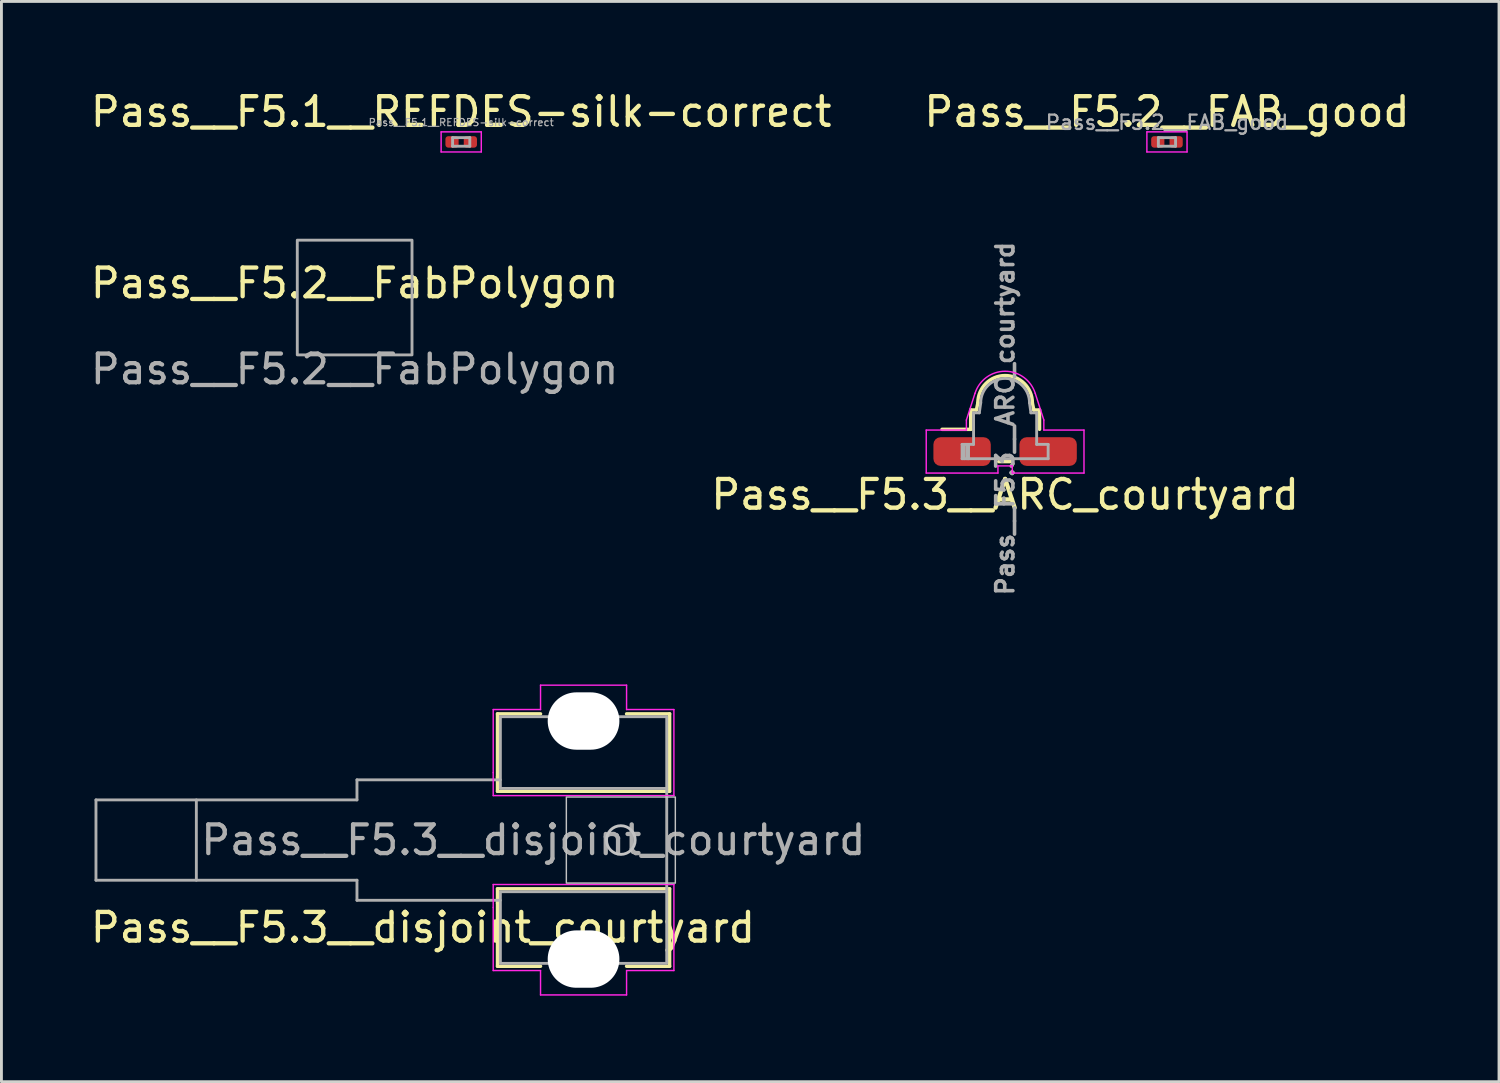
<source format=kicad_pcb>
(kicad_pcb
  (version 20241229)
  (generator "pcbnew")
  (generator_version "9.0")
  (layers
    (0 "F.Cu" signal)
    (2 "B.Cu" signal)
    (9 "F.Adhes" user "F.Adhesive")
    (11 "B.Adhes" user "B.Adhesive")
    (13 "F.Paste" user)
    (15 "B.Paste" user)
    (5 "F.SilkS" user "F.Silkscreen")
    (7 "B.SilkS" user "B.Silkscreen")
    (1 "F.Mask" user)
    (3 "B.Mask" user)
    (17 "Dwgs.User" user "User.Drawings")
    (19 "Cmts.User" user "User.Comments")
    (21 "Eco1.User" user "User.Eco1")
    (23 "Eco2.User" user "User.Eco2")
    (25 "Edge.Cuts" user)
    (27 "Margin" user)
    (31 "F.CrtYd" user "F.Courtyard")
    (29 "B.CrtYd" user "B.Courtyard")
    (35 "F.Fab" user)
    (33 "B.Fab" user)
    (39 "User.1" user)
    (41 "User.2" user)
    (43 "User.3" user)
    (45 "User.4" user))
  (footprint "Pass__F5.3__disjoint_courtyard"
    (layer "F.Cu")
    (at 17.296 26.239)
    (property "Reference" "Pass__F5.3__disjoint_courtyard" (at -5.6 3.05 0) (layer "F.SilkS") (effects (font (size 1 1) (thickness 0.15))))
    (fp_line (start -3 -4.4) (end -1.5 -4.4) (stroke (width 0.12) (type solid)) (layer "F.SilkS"))
    (fp_line (start -3 -2.2) (end -3 -4.4) (stroke (width 0.12) (type solid)) (layer "F.SilkS"))
    (fp_line (start -3 -1.7) (end -3 -2.2) (stroke (width 0.12) (type solid)) (layer "F.SilkS"))
    (fp_line (start -3 1.7) (end 3 1.7) (stroke (width 0.12) (type solid)) (layer "F.SilkS"))
    (fp_line (start -3 2.2) (end -3 1.7) (stroke (width 0.12) (type solid)) (layer "F.SilkS"))
    (fp_line (start -3 4.4) (end -3 2.2) (stroke (width 0.12) (type solid)) (layer "F.SilkS"))
    (fp_line (start -3 4.4) (end -1.5 4.4) (stroke (width 0.12) (type solid)) (layer "F.SilkS"))
    (fp_line (start 3 -4.4) (end 1.5 -4.4) (stroke (width 0.12) (type solid)) (layer "F.SilkS"))
    (fp_line (start 3 -4.4) (end 3 -1.7) (stroke (width 0.12) (type solid)) (layer "F.SilkS"))
    (fp_line (start 3 -1.7) (end -3 -1.7) (stroke (width 0.12) (type solid)) (layer "F.SilkS"))
    (fp_line (start 3 1.7) (end 3 4.4) (stroke (width 0.12) (type solid)) (layer "F.SilkS"))
    (fp_line (start 3 4.4) (end 1.5 4.4) (stroke (width 0.12) (type solid)) (layer "F.SilkS"))
    (fp_rect (start -0.6 -1.5) (end 3.2 1.5) (stroke (width 0.05) (type solid)) (fill no) (layer "Dwgs.User"))
    (fp_circle (center 1.3 0) (end 1.8 0) (stroke (width 0.1) (type solid)) (fill no) (layer "Dwgs.User"))
    (fp_line (start -3.15 -4.55) (end -3.15 -2.35) (stroke (width 0.05) (type solid)) (layer "F.CrtYd"))
    (fp_line (start -3.15 -1.55) (end -3.15 -2.35) (stroke (width 0.05) (type solid)) (layer "F.CrtYd"))
    (fp_line (start -3.15 1.55) (end -3.15 2.35) (stroke (width 0.05) (type solid)) (layer "F.CrtYd"))
    (fp_line (start -3.15 2.35) (end -3.15 4.55) (stroke (width 0.05) (type solid)) (layer "F.CrtYd"))
    (fp_line (start -3.15 4.55) (end -1.5 4.55) (stroke (width 0.05) (type solid)) (layer "F.CrtYd"))
    (fp_line (start -1.5 -5.4) (end -1.5 -4.55) (stroke (width 0.05) (type solid)) (layer "F.CrtYd"))
    (fp_line (start -1.5 -4.55) (end -3.15 -4.55) (stroke (width 0.05) (type solid)) (layer "F.CrtYd"))
    (fp_line (start -1.5 4.55) (end -1.5 5.4) (stroke (width 0.05) (type solid)) (layer "F.CrtYd"))
    (fp_line (start -1.5 5.4) (end 1.5 5.4) (stroke (width 0.05) (type solid)) (layer "F.CrtYd"))
    (fp_line (start 1.5 -5.4) (end -1.5 -5.4) (stroke (width 0.05) (type solid)) (layer "F.CrtYd"))
    (fp_line (start 1.5 -4.55) (end 1.5 -5.4) (stroke (width 0.05) (type solid)) (layer "F.CrtYd"))
    (fp_line (start 1.5 4.55) (end 3.15 4.55) (stroke (width 0.05) (type solid)) (layer "F.CrtYd"))
    (fp_line (start 1.5 5.4) (end 1.5 4.55) (stroke (width 0.05) (type solid)) (layer "F.CrtYd"))
    (fp_line (start 3.15 -4.55) (end 1.5 -4.55) (stroke (width 0.05) (type solid)) (layer "F.CrtYd"))
    (fp_line (start 3.15 -1.55) (end -3.15 -1.55) (stroke (width 0.05) (type solid)) (layer "F.CrtYd"))
    (fp_line (start 3.15 -1.55) (end 3.15 -4.55) (stroke (width 0.05) (type solid)) (layer "F.CrtYd"))
    (fp_line (start 3.15 1.55) (end -3.15 1.55) (stroke (width 0.05) (type solid)) (layer "F.CrtYd"))
    (fp_line (start 3.15 4.55) (end 3.15 1.55) (stroke (width 0.05) (type solid)) (layer "F.CrtYd"))
    (fp_line (start -17 -1.4) (end -17 1.4) (stroke (width 0.1) (type solid)) (layer "F.Fab"))
    (fp_line (start -17 -1.4) (end -7.9 -1.4) (stroke (width 0.1) (type solid)) (layer "F.Fab"))
    (fp_line (start -17 1.4) (end -7.9 1.4) (stroke (width 0.1) (type solid)) (layer "F.Fab"))
    (fp_line (start -13.5 1.4) (end -13.5 -1.4) (stroke (width 0.1) (type solid)) (layer "F.Fab"))
    (fp_line (start -7.9 -2.1) (end -2.9 -2.1) (stroke (width 0.1) (type solid)) (layer "F.Fab"))
    (fp_line (start -7.9 -1.4) (end -7.9 -2.1) (stroke (width 0.1) (type solid)) (layer "F.Fab"))
    (fp_line (start -7.9 1.4) (end -7.9 2.1) (stroke (width 0.1) (type solid)) (layer "F.Fab"))
    (fp_line (start -7.9 2.1) (end -2.9 2.1) (stroke (width 0.1) (type solid)) (layer "F.Fab"))
    (fp_line (start 2.9 -1.8) (end 2.9 1.8) (stroke (width 0.1) (type solid)) (layer "F.Fab"))
    (fp_rect (start -2.9 -4.3) (end 2.9 -1.8) (stroke (width 0.1) (type solid)) (fill no) (layer "F.Fab"))
    (fp_rect (start -2.9 1.8) (end 2.9 4.3) (stroke (width 0.1) (type solid)) (fill no) (layer "F.Fab"))
    (fp_text user "${REFERENCE}" (at -1.75 0 0) (layer "F.Fab") (effects (font (size 1 1) (thickness 0.15))))
    (pad "" np_thru_hole oval (at 0 -4.15) (size 2.5 2) (drill oval 2.5 2) (layers "*.Cu" "*.Mask"))
    (pad "" np_thru_hole oval (at 0 4.15) (size 2.5 2) (drill oval 2.5 2) (layers "*.Cu" "*.Mask")))
  (footprint "Pass__F5.2__FAB_good"
    (layer "F.Cu")
    (at 37.637 1.898)
    (property "Reference" "Pass__F5.2__FAB_good" (at 0 -1.05 0) (layer "F.SilkS") (effects (font (size 1 1) (thickness 0.15))))
    (attr smd)
    (fp_line (start -0.7 -0.35) (end 0.7 -0.35) (stroke (width 0.05) (type solid)) (layer "F.CrtYd"))
    (fp_line (start -0.7 0.35) (end -0.7 -0.35) (stroke (width 0.05) (type solid)) (layer "F.CrtYd"))
    (fp_line (start 0.7 -0.35) (end 0.7 0.35) (stroke (width 0.05) (type solid)) (layer "F.CrtYd"))
    (fp_line (start 0.7 0.35) (end -0.7 0.35) (stroke (width 0.05) (type solid)) (layer "F.CrtYd"))
    (fp_line (start -0.3 -0.15) (end 0.3 -0.15) (stroke (width 0.1) (type solid)) (layer "F.Fab"))
    (fp_line (start -0.3 0.15) (end -0.3 -0.15) (stroke (width 0.1) (type solid)) (layer "F.Fab"))
    (fp_line (start 0.3 -0.15) (end 0.3 0.15) (stroke (width 0.1) (type solid)) (layer "F.Fab"))
    (fp_line (start 0.3 0.15) (end -0.3 0.15) (stroke (width 0.1) (type solid)) (layer "F.Fab"))
    (fp_text user "${REFERENCE}" (at 0 -0.68 0) (layer "F.Fab") (effects (font (size 0.5 0.5) (thickness 0.08))))
    (pad "" smd roundrect (at -0.345 0) (size 0.318 0.36) (layers "F.Paste") (roundrect_rratio 0.25))
    (pad "" smd roundrect (at 0.345 0) (size 0.318 0.36) (layers "F.Paste") (roundrect_rratio 0.25))
    (pad "1" smd roundrect (at -0.32 0) (size 0.46 0.4) (layers "F.Cu" "F.Mask") (roundrect_rratio 0.25))
    (pad "2" smd roundrect (at 0.32 0) (size 0.46 0.4) (layers "F.Cu" "F.Mask") (roundrect_rratio 0.25)))
  (footprint "Pass__F5.2__FabPolygon"
    (layer "F.Cu")
    (at 9.315 7.323)
    (property "Reference" "Pass__F5.2__FabPolygon" (at 0 -0.5 0) (layer "F.SilkS") (effects (font (size 1 1) (thickness 0.15))))
    (attr smd)
    (fp_poly (pts (xy 2 2) (xy -2 2) (xy -2 -2) (xy 2 -2)) (stroke (width 0.1) (type solid)) (fill no) (layer "F.Fab"))
    (fp_text user "${REFERENCE}" (at 0 2.5 0) (layer "F.Fab") (effects (font (size 1 1) (thickness 0.15)))))
  (footprint "Pass__F5.1__REFDES-silk-correct"
    (layer "F.Cu")
    (at 13.03 1.898)
    (property "Reference" "Pass__F5.1__REFDES-silk-correct" (at 0 -1.05 0) (layer "F.SilkS") (effects (font (size 1 1) (thickness 0.15))))
    (attr smd)
    (fp_line (start -0.7 -0.35) (end 0.7 -0.35) (stroke (width 0.05) (type solid)) (layer "F.CrtYd"))
    (fp_line (start -0.7 0.35) (end -0.7 -0.35) (stroke (width 0.05) (type solid)) (layer "F.CrtYd"))
    (fp_line (start 0.7 -0.35) (end 0.7 0.35) (stroke (width 0.05) (type solid)) (layer "F.CrtYd"))
    (fp_line (start 0.7 0.35) (end -0.7 0.35) (stroke (width 0.05) (type solid)) (layer "F.CrtYd"))
    (fp_line (start -0.3 -0.15) (end 0.3 -0.15) (stroke (width 0.1) (type solid)) (layer "F.Fab"))
    (fp_line (start -0.3 0.15) (end -0.3 -0.15) (stroke (width 0.1) (type solid)) (layer "F.Fab"))
    (fp_line (start 0.3 -0.15) (end 0.3 0.15) (stroke (width 0.1) (type solid)) (layer "F.Fab"))
    (fp_line (start 0.3 0.15) (end -0.3 0.15) (stroke (width 0.1) (type solid)) (layer "F.Fab"))
    (fp_text user "${REFERENCE}" (at 0 -0.68 0) (layer "F.Fab") (effects (font (size 0.25 0.25) (thickness 0.04))))
    (pad "" smd roundrect (at -0.345 0) (size 0.318 0.36) (layers "F.Paste") (roundrect_rratio 0.25))
    (pad "" smd roundrect (at 0.345 0) (size 0.318 0.36) (layers "F.Paste") (roundrect_rratio 0.25))
    (pad "1" smd roundrect (at -0.32 0) (size 0.46 0.4) (layers "F.Cu" "F.Mask") (roundrect_rratio 0.25))
    (pad "2" smd roundrect (at 0.32 0) (size 0.46 0.4) (layers "F.Cu" "F.Mask") (roundrect_rratio 0.25)))
  (footprint "Pass__F5.3__ARC_courtyard"
    (layer "F.Cu")
    (at 31.994 12.694)
    (property "Reference" "Pass__F5.3__ARC_courtyard" (at 0 1.5 0) (unlocked yes) (layer "F.SilkS") (effects (font (size 1 1) (thickness 0.15))))
    (attr smd)
    (fp_line (start -1.2 -0.775) (end -2.2 -0.775) (stroke (width 0.12) (type solid)) (layer "F.SilkS"))
    (fp_line (start -1.2 -0.775) (end -1.2 -1.45) (stroke (width 0.12) (type solid)) (layer "F.SilkS"))
    (fp_line (start -1 -1.45) (end -1.2 -1.45) (stroke (width 0.12) (type solid)) (layer "F.SilkS"))
    (fp_line (start -1 -1.45) (end -0.95 -1.7) (stroke (width 0.12) (type solid)) (layer "F.SilkS"))
    (fp_line (start -0.225 0.35) (end 0.225 0.35) (stroke (width 0.12) (type solid)) (layer "F.SilkS"))
    (fp_line (start 0.95 -1.7) (end 1 -1.45) (stroke (width 0.12) (type solid)) (layer "F.SilkS"))
    (fp_line (start 1.2 -1.45) (end 1 -1.45) (stroke (width 0.12) (type solid)) (layer "F.SilkS"))
    (fp_line (start 1.2 -0.775) (end 1.2 -1.45) (stroke (width 0.12) (type solid)) (layer "F.SilkS"))
    (fp_arc (start -0.95 -1.7) (mid 0 -2.65) (end 0.95 -1.7) (stroke (width 0.12) (type solid)) (layer "F.SilkS"))
    (fp_line (start -2.75 -0.75) (end -2.75 0.75) (stroke (width 0.05) (type solid)) (layer "F.CrtYd"))
    (fp_line (start -2.75 0.75) (end -0.25 0.75) (stroke (width 0.05) (type solid)) (layer "F.CrtYd"))
    (fp_line (start -1.35 -1.1) (end -1.05 -2.03) (stroke (width 0.05) (type solid)) (layer "F.CrtYd"))
    (fp_line (start -1.35 -0.75) (end -2.75 -0.75) (stroke (width 0.05) (type solid)) (layer "F.CrtYd"))
    (fp_line (start -1.35 -0.75) (end -1.35 -1.1) (stroke (width 0.05) (type solid)) (layer "F.CrtYd"))
    (fp_line (start -0.25 0.5) (end 0.25 0.5) (stroke (width 0.05) (type solid)) (layer "F.CrtYd"))
    (fp_line (start -0.25 0.75) (end -0.25 0.5) (stroke (width 0.05) (type solid)) (layer "F.CrtYd"))
    (fp_line (start 0.25 0.75) (end 0.25 0.5) (stroke (width 0.05) (type solid)) (layer "F.CrtYd"))
    (fp_line (start 1.35 -1.1) (end 1.05 -2.03) (stroke (width 0.05) (type solid)) (layer "F.CrtYd"))
    (fp_line (start 1.35 -0.75) (end 1.35 -1.1) (stroke (width 0.05) (type solid)) (layer "F.CrtYd"))
    (fp_line (start 1.35 -0.75) (end 2.75 -0.75) (stroke (width 0.05) (type solid)) (layer "F.CrtYd"))
    (fp_line (start 2.75 -0.75) (end 2.75 0.75) (stroke (width 0.05) (type solid)) (layer "F.CrtYd"))
    (fp_line (start 2.75 0.75) (end 0.25 0.75) (stroke (width 0.05) (type solid)) (layer "F.CrtYd"))
    (fp_arc (start -1.05 -2.03) (mid 0 -2.8) (end 1.05 -2.03) (stroke (width 0.05) (type solid)) (layer "F.CrtYd"))
    (fp_line (start -1.5 -0.25) (end -1.1 -0.25) (stroke (width 0.1) (type solid)) (layer "F.Fab"))
    (fp_line (start -1.5 0.25) (end -1.5 -0.25) (stroke (width 0.1) (type solid)) (layer "F.Fab"))
    (fp_line (start -1.425 -0.25) (end -1.425 0.25) (stroke (width 0.1) (type solid)) (layer "F.Fab"))
    (fp_line (start -1.325 -0.25) (end -1.325 0.25) (stroke (width 0.1) (type solid)) (layer "F.Fab"))
    (fp_line (start -1.275 -0.25) (end -1.275 0.25) (stroke (width 0.1) (type solid)) (layer "F.Fab"))
    (fp_line (start -1.1 -1.35) (end -0.9 -1.35) (stroke (width 0.1) (type solid)) (layer "F.Fab"))
    (fp_line (start -1.1 -0.25) (end -1.1 -1.35) (stroke (width 0.1) (type solid)) (layer "F.Fab"))
    (fp_line (start -0.9 -1.35) (end -0.85 -1.7) (stroke (width 0.1) (type solid)) (layer "F.Fab"))
    (fp_line (start 0.9 -1.35) (end 0.85 -1.7) (stroke (width 0.1) (type solid)) (layer "F.Fab"))
    (fp_line (start 0.9 -1.35) (end 1.1 -1.35) (stroke (width 0.1) (type solid)) (layer "F.Fab"))
    (fp_line (start 1.1 -1.35) (end 1.1 -0.25) (stroke (width 0.1) (type solid)) (layer "F.Fab"))
    (fp_line (start 1.1 -0.25) (end 1.5 -0.25) (stroke (width 0.1) (type solid)) (layer "F.Fab"))
    (fp_line (start 1.5 -0.25) (end 1.5 0.25) (stroke (width 0.1) (type solid)) (layer "F.Fab"))
    (fp_line (start 1.5 0.25) (end -1.5 0.25) (stroke (width 0.1) (type solid)) (layer "F.Fab"))
    (fp_arc (start -0.85 -1.7) (mid 0 -2.55) (end 0.85 -1.7) (stroke (width 0.1) (type solid)) (layer "F.Fab"))
    (fp_text user "${REFERENCE}" (at 0 -1.15 90) (unlocked yes) (layer "F.Fab") (effects (font (size 0.6 0.6) (thickness 0.125))))
    (pad "1" smd roundrect (at -1.5 0) (size 2 1) (layers "F.Cu" "F.Mask" "F.Paste") (roundrect_rratio 0.25))
    (pad "2" smd roundrect (at 1.5 0) (size 2 1) (layers "F.Cu" "F.Mask" "F.Paste") (roundrect_rratio 0.25)))
  (gr_rect
    (start -3 -3)
    (end 49.214 34.664)
    (stroke (width 0.1) (type default))
    (fill no)
    (layer "Edge.Cuts")))
</source>
